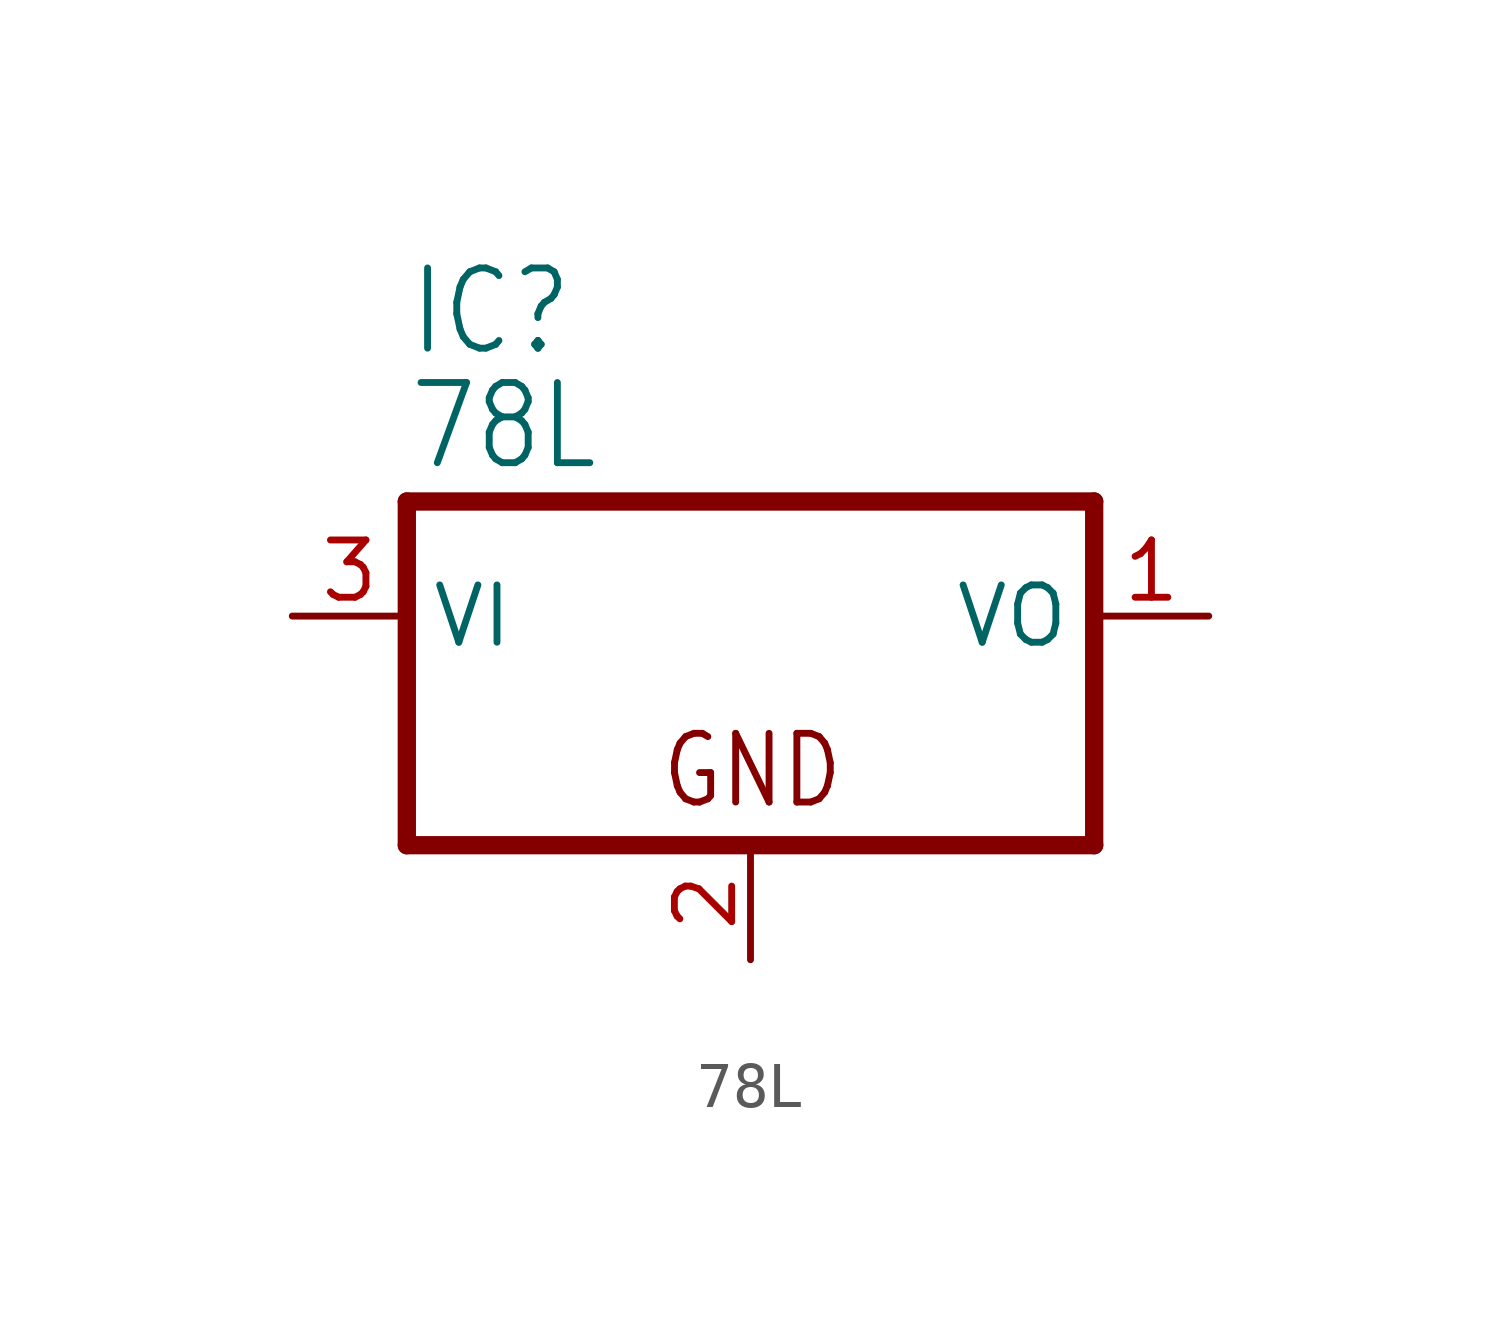
<source format=kicad_sym>
(kicad_symbol_lib
  (version 20211014)
  (generator kicad_symbol_editor)
  (symbol "78L"
    (property "Reference" "IC"
      (at -7.62 5.715 0)
      (effects (font (size 1.778 1.511)) (justify left bottom)))
    (property "Value" "78L"
      (at -7.62 3.175 0)
      (effects (font (size 1.778 1.511)) (justify left bottom)))
    (property "ki_locked" ""
      (at 0 0 0)
      (effects (font (size 1.27 1.27))))
    (symbol "78L_1_0"
      (polyline (pts (xy -7.62 -5.08) (xy 7.62 -5.08)) (stroke (width 0.406) (type default) (color 0 0 0 0)) (fill (type none)))
      (polyline (pts (xy -7.62 2.54) (xy -7.62 -5.08)) (stroke (width 0.406) (type default) (color 0 0 0 0)) (fill (type none)))
      (polyline (pts (xy 7.62 -5.08) (xy 7.62 2.54)) (stroke (width 0.406) (type default) (color 0 0 0 0)) (fill (type none)))
      (polyline (pts (xy 7.62 2.54) (xy -7.62 2.54)) (stroke (width 0.406) (type default) (color 0 0 0 0)) (fill (type none)))
      (text "GND" (at -2.032 -4.318 0) (effects (font (size 1.524 1.295)) (justify left bottom)))
      (pin passive line (at 10.16 0 180) (length 2.54) (name "VO" (effects (font (size 1.27 1.27)))) (number "1" (effects (font (size 1.27 1.27)))))
      (pin passive line (at 0 -7.62 90) (length 2.54) (name "GND" (effects (font (size 0 0)))) (number "2" (effects (font (size 1.27 1.27)))))
      (pin input line (at -10.16 0 0) (length 2.54) (name "VI" (effects (font (size 1.27 1.27)))) (number "3" (effects (font (size 1.27 1.27))))))))
</source>
